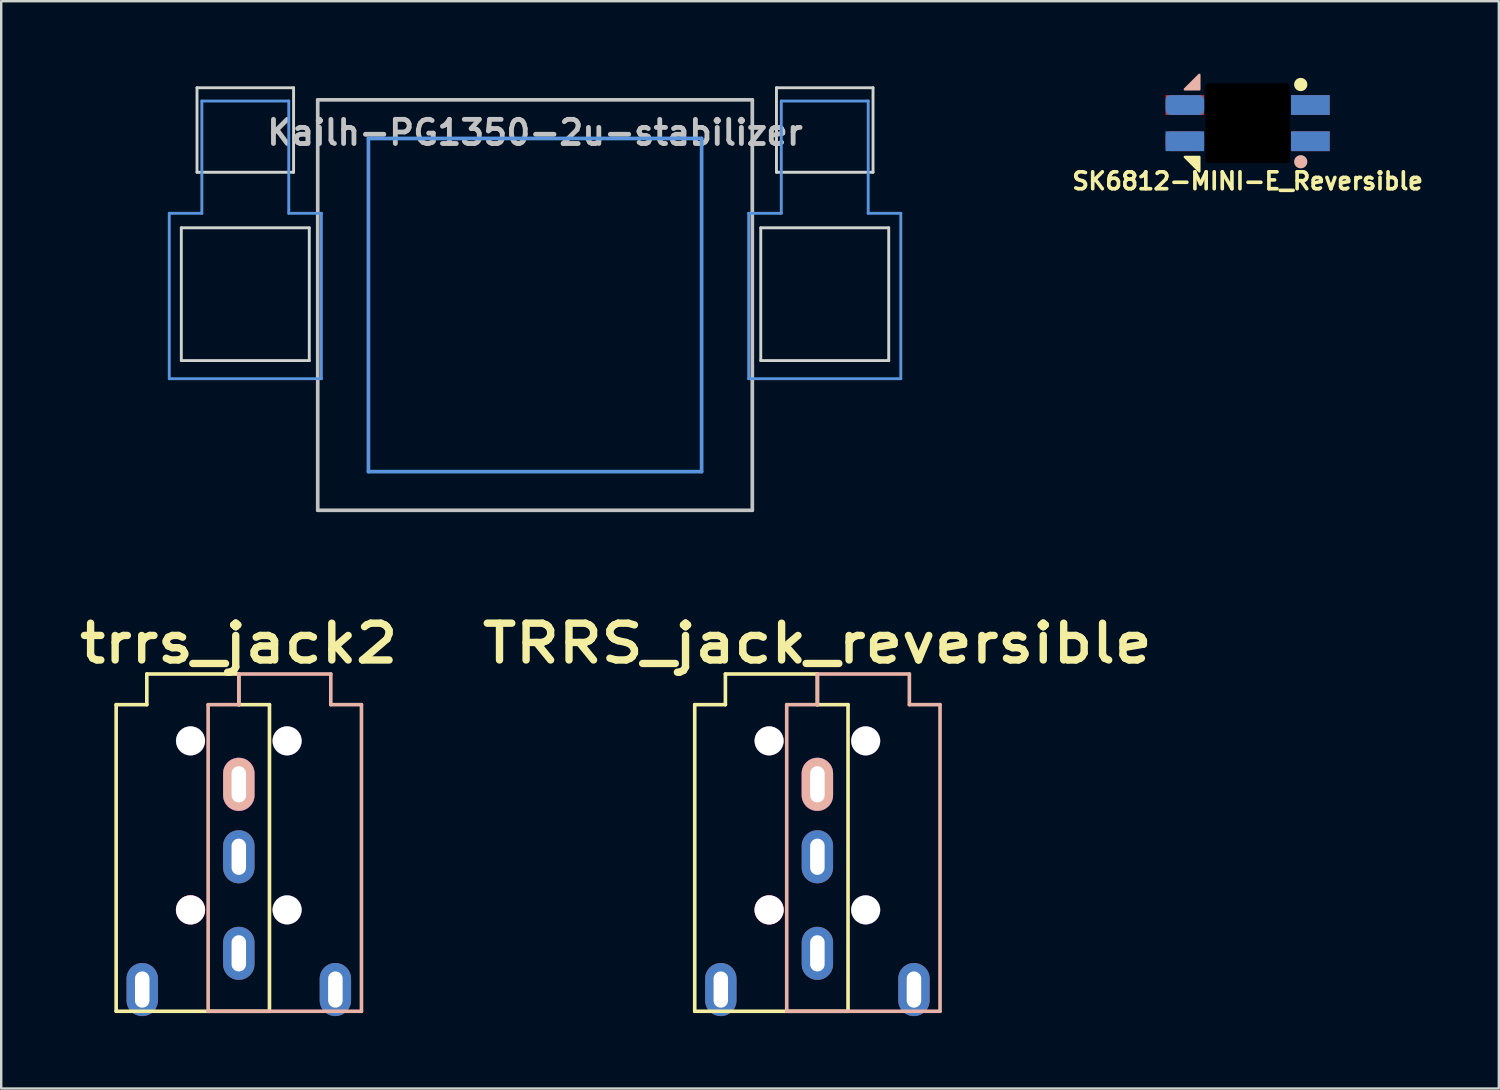
<source format=kicad_pcb>
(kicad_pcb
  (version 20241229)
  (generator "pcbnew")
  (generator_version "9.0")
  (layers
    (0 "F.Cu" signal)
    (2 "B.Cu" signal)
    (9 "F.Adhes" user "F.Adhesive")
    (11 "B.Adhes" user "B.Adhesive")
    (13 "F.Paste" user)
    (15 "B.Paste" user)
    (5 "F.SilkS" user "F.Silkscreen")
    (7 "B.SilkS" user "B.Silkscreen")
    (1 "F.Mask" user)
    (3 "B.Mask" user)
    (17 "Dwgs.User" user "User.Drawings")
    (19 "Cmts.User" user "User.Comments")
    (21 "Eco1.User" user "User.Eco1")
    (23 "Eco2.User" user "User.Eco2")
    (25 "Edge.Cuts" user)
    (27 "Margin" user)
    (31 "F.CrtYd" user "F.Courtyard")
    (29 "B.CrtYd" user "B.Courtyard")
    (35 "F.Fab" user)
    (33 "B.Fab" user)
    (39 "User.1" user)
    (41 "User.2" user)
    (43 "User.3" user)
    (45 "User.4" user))
  (footprint "trrs_jack2"
    (layer "F.Cu")
    (at 6.841 26.136)
    (property "Reference" "trrs_jack2" (at 0 -2.54 180) (layer "F.SilkS") (effects (font (size 1.524 1.778) (thickness 0.305))))
    (attr through_hole)
    (fp_line (start -5.08 0) (end -5.08 12.7) (stroke (width 0.15) (type solid)) (layer "F.SilkS"))
    (fp_line (start -5.08 12.7) (end 1.27 12.7) (stroke (width 0.15) (type solid)) (layer "F.SilkS"))
    (fp_line (start -3.81 -1.27) (end -3.81 0) (stroke (width 0.15) (type solid)) (layer "F.SilkS"))
    (fp_line (start -3.81 0) (end -5.08 0) (stroke (width 0.15) (type solid)) (layer "F.SilkS"))
    (fp_line (start 0 -1.27) (end -3.81 -1.27) (stroke (width 0.15) (type solid)) (layer "F.SilkS"))
    (fp_line (start 0 0) (end 0 -1.27) (stroke (width 0.15) (type solid)) (layer "F.SilkS"))
    (fp_line (start 1.27 0) (end 0 0) (stroke (width 0.15) (type solid)) (layer "F.SilkS"))
    (fp_line (start 1.27 12.7) (end 1.27 0) (stroke (width 0.15) (type solid)) (layer "F.SilkS"))
    (fp_line (start -1.27 0) (end -1.27 12.7) (stroke (width 0.15) (type solid)) (layer "B.SilkS"))
    (fp_line (start -1.27 12.7) (end 5.08 12.7) (stroke (width 0.15) (type solid)) (layer "B.SilkS"))
    (fp_line (start 0 -1.27) (end 0 0) (stroke (width 0.15) (type solid)) (layer "B.SilkS"))
    (fp_line (start 0 0) (end -1.27 0) (stroke (width 0.15) (type solid)) (layer "B.SilkS"))
    (fp_line (start 3.81 -1.27) (end 0 -1.27) (stroke (width 0.15) (type solid)) (layer "B.SilkS"))
    (fp_line (start 3.81 0) (end 3.81 -1.27) (stroke (width 0.15) (type solid)) (layer "B.SilkS"))
    (fp_line (start 5.08 0) (end 3.81 0) (stroke (width 0.15) (type solid)) (layer "B.SilkS"))
    (fp_line (start 5.08 12.7) (end 5.08 0) (stroke (width 0.15) (type solid)) (layer "B.SilkS"))
    (pad "" np_thru_hole circle (at -2 1.5 270) (size 1.21 1.21) (drill 1.2) (layers "*.Cu" "*.Mask"))
    (pad "" np_thru_hole circle (at -2 8.5 270) (size 1.21 1.21) (drill 1.2) (layers "*.Cu" "*.Adhes" "*.Paste" "*.Mask" "B.SilkS"))
    (pad "" np_thru_hole circle (at 2 1.5 270) (size 1.21 1.21) (drill 1.2) (layers "*.Cu" "*.Mask"))
    (pad "" np_thru_hole circle (at 2 8.5 270) (size 1.21 1.21) (drill 1.2) (layers "*.Cu" "*.Mask"))
    (pad "1" thru_hole oval (at 0 10.3 270) (size 2.2 1.3) (drill oval 1.5 0.6) (layers "*.Cu" "*.Mask"))
    (pad "2" thru_hole oval (at 0 3.3 270) (size 2.2 1.3) (drill oval 1.5 0.6) (layers "*.Cu" "*.Adhes" "*.Paste" "*.Mask" "B.SilkS"))
    (pad "3" thru_hole oval (at 0 6.3 270) (size 2.2 1.3) (drill oval 1.5 0.6) (layers "*.Cu" "*.Mask") (remove_unused_layers yes) (keep_end_layers yes) (zone_layer_connections))
    (pad "4" thru_hole oval (at -4 11.8 270) (size 2.2 1.3) (drill oval 1.5 0.6) (layers "*.Cu" "*.Mask"))
    (pad "5" thru_hole oval (at 4 11.8 270) (size 2.2 1.3) (drill oval 1.5 0.6) (layers "*.Cu" "*.Mask")))
  (footprint "Kailh-PG1350-2u-stabilizer"
    (layer "F.Cu")
    (at 19.11 9.585)
    (property "Reference" "Kailh-PG1350-2u-stabilizer" (at 0 -7.144 180) (layer "Dwgs.User") (effects (font (size 1 1) (thickness 0.2))))
    (attr through_hole)
    (fp_line (start -9 -8.5) (end 9 -8.5) (stroke (width 0.152) (type solid)) (layer "Dwgs.User"))
    (fp_line (start -9 8.5) (end -9 -8.5) (stroke (width 0.152) (type solid)) (layer "Dwgs.User"))
    (fp_line (start 9 -8.5) (end 9 8.5) (stroke (width 0.152) (type solid)) (layer "Dwgs.User"))
    (fp_line (start 9 8.5) (end -9 8.5) (stroke (width 0.152) (type solid)) (layer "Dwgs.User"))
    (fp_line (start -15.15 -3.8) (end -13.8 -3.8) (stroke (width 0.12) (type solid)) (layer "Cmts.User"))
    (fp_line (start -15.15 3.05) (end -15.15 -3.8) (stroke (width 0.12) (type solid)) (layer "Cmts.User"))
    (fp_line (start -15.15 3.05) (end -8.85 3.05) (stroke (width 0.12) (type solid)) (layer "Cmts.User"))
    (fp_line (start -13.8 -8.45) (end -13.8 -3.8) (stroke (width 0.12) (type solid)) (layer "Cmts.User"))
    (fp_line (start -13.8 -8.45) (end -10.2 -8.45) (stroke (width 0.12) (type solid)) (layer "Cmts.User"))
    (fp_line (start -10.2 -8.45) (end -10.2 -3.8) (stroke (width 0.12) (type solid)) (layer "Cmts.User"))
    (fp_line (start -10.2 -3.8) (end -8.85 -3.8) (stroke (width 0.12) (type solid)) (layer "Cmts.User"))
    (fp_line (start -8.85 3.05) (end -8.85 -3.8) (stroke (width 0.12) (type solid)) (layer "Cmts.User"))
    (fp_line (start -6.9 -6.9) (end 6.9 -6.9) (stroke (width 0.152) (type solid)) (layer "Cmts.User"))
    (fp_line (start -6.9 6.9) (end -6.9 -6.9) (stroke (width 0.152) (type solid)) (layer "Cmts.User"))
    (fp_line (start 6.9 -6.9) (end 6.9 6.9) (stroke (width 0.152) (type solid)) (layer "Cmts.User"))
    (fp_line (start 6.9 6.9) (end -6.9 6.9) (stroke (width 0.152) (type solid)) (layer "Cmts.User"))
    (fp_line (start 8.85 -3.8) (end 10.2 -3.8) (stroke (width 0.12) (type solid)) (layer "Cmts.User"))
    (fp_line (start 8.85 3.05) (end 8.85 -3.8) (stroke (width 0.12) (type solid)) (layer "Cmts.User"))
    (fp_line (start 8.85 3.05) (end 15.15 3.05) (stroke (width 0.12) (type solid)) (layer "Cmts.User"))
    (fp_line (start 10.2 -8.45) (end 10.2 -3.8) (stroke (width 0.12) (type solid)) (layer "Cmts.User"))
    (fp_line (start 10.2 -8.45) (end 13.8 -8.45) (stroke (width 0.12) (type solid)) (layer "Cmts.User"))
    (fp_line (start 13.8 -8.45) (end 13.8 -3.8) (stroke (width 0.12) (type solid)) (layer "Cmts.User"))
    (fp_line (start 13.8 -3.8) (end 15.15 -3.8) (stroke (width 0.12) (type solid)) (layer "Cmts.User"))
    (fp_line (start 15.15 3.05) (end 15.15 -3.8) (stroke (width 0.12) (type solid)) (layer "Cmts.User"))
    (fp_line (start -19.05 -9.525) (end -19.05 9.525) (stroke (width 0.12) (type solid)) (layer "Eco1.User"))
    (fp_line (start -19.05 -9.525) (end 19.05 -9.525) (stroke (width 0.12) (type solid)) (layer "Eco1.User"))
    (fp_line (start -19.05 9.525) (end 19.05 9.525) (stroke (width 0.12) (type solid)) (layer "Eco1.User"))
    (fp_line (start 19.05 -9.525) (end 19.05 9.525) (stroke (width 0.12) (type solid)) (layer "Eco1.User"))
    (fp_line (start -7.5 -7.5) (end 7.5 -7.5) (stroke (width 0.152) (type solid)) (layer "Eco2.User"))
    (fp_line (start -7.5 7.5) (end -7.5 -7.5) (stroke (width 0.152) (type solid)) (layer "Eco2.User"))
    (fp_line (start 7.5 -7.5) (end 7.5 7.5) (stroke (width 0.152) (type solid)) (layer "Eco2.User"))
    (fp_line (start 7.5 7.5) (end -7.5 7.5) (stroke (width 0.152) (type solid)) (layer "Eco2.User"))
    (fp_line (start -14.65 -3.2) (end -14.65 2.3) (stroke (width 0.12) (type solid)) (layer "Edge.Cuts"))
    (fp_line (start -14.65 -3.2) (end -9.35 -3.2) (stroke (width 0.12) (type solid)) (layer "Edge.Cuts"))
    (fp_line (start -14.65 2.3) (end -9.35 2.3) (stroke (width 0.12) (type solid)) (layer "Edge.Cuts"))
    (fp_line (start -14 -9) (end -14 -5.5) (stroke (width 0.12) (type solid)) (layer "Edge.Cuts"))
    (fp_line (start -14 -9) (end -10 -9) (stroke (width 0.12) (type solid)) (layer "Edge.Cuts"))
    (fp_line (start -14 -5.5) (end -10 -5.5) (stroke (width 0.12) (type solid)) (layer "Edge.Cuts"))
    (fp_line (start -10 -5.5) (end -10 -9) (stroke (width 0.12) (type solid)) (layer "Edge.Cuts"))
    (fp_line (start -9.35 2.3) (end -9.35 -3.2) (stroke (width 0.12) (type solid)) (layer "Edge.Cuts"))
    (fp_line (start 9.35 -3.2) (end 9.35 2.3) (stroke (width 0.12) (type solid)) (layer "Edge.Cuts"))
    (fp_line (start 9.35 -3.2) (end 14.65 -3.2) (stroke (width 0.12) (type solid)) (layer "Edge.Cuts"))
    (fp_line (start 9.35 2.3) (end 14.65 2.3) (stroke (width 0.12) (type solid)) (layer "Edge.Cuts"))
    (fp_line (start 10 -9) (end 10 -5.5) (stroke (width 0.12) (type solid)) (layer "Edge.Cuts"))
    (fp_line (start 10 -9) (end 14 -9) (stroke (width 0.12) (type solid)) (layer "Edge.Cuts"))
    (fp_line (start 10 -5.5) (end 14 -5.5) (stroke (width 0.12) (type solid)) (layer "Edge.Cuts"))
    (fp_line (start 14 -5.5) (end 14 -9) (stroke (width 0.12) (type solid)) (layer "Edge.Cuts"))
    (fp_line (start 14.65 2.3) (end 14.65 -3.2) (stroke (width 0.12) (type solid)) (layer "Edge.Cuts")))
  (footprint "TRRS_jack_reversible"
    (layer "F.Cu")
    (at 30.805 26.136)
    (property "Reference" "TRRS_jack_reversible" (at 0 -2.54 180) (layer "F.SilkS") (effects (font (size 1.524 1.778) (thickness 0.305))))
    (attr through_hole)
    (fp_line (start -5.08 0) (end -5.08 12.7) (stroke (width 0.15) (type solid)) (layer "F.SilkS"))
    (fp_line (start -5.08 12.7) (end 1.27 12.7) (stroke (width 0.15) (type solid)) (layer "F.SilkS"))
    (fp_line (start -3.81 -1.27) (end -3.81 0) (stroke (width 0.15) (type solid)) (layer "F.SilkS"))
    (fp_line (start -3.81 0) (end -5.08 0) (stroke (width 0.15) (type solid)) (layer "F.SilkS"))
    (fp_line (start 0 -1.27) (end -3.81 -1.27) (stroke (width 0.15) (type solid)) (layer "F.SilkS"))
    (fp_line (start 0 0) (end 0 -1.27) (stroke (width 0.15) (type solid)) (layer "F.SilkS"))
    (fp_line (start 1.27 0) (end 0 0) (stroke (width 0.15) (type solid)) (layer "F.SilkS"))
    (fp_line (start 1.27 12.7) (end 1.27 0) (stroke (width 0.15) (type solid)) (layer "F.SilkS"))
    (fp_line (start -1.27 0) (end -1.27 12.7) (stroke (width 0.15) (type solid)) (layer "B.SilkS"))
    (fp_line (start -1.27 12.7) (end 5.08 12.7) (stroke (width 0.15) (type solid)) (layer "B.SilkS"))
    (fp_line (start 0 -1.27) (end 0 0) (stroke (width 0.15) (type solid)) (layer "B.SilkS"))
    (fp_line (start 0 0) (end -1.27 0) (stroke (width 0.15) (type solid)) (layer "B.SilkS"))
    (fp_line (start 3.81 -1.27) (end 0 -1.27) (stroke (width 0.15) (type solid)) (layer "B.SilkS"))
    (fp_line (start 3.81 0) (end 3.81 -1.27) (stroke (width 0.15) (type solid)) (layer "B.SilkS"))
    (fp_line (start 5.08 0) (end 3.81 0) (stroke (width 0.15) (type solid)) (layer "B.SilkS"))
    (fp_line (start 5.08 12.7) (end 5.08 0) (stroke (width 0.15) (type solid)) (layer "B.SilkS"))
    (pad "" np_thru_hole circle (at -2 1.5 270) (size 1.21 1.21) (drill 1.2) (layers "*.Cu" "*.Mask"))
    (pad "" np_thru_hole circle (at -2 8.5 270) (size 1.21 1.21) (drill 1.2) (layers "*.Cu" "*.Adhes" "*.Paste" "*.Mask" "B.SilkS"))
    (pad "" np_thru_hole circle (at 2 1.5 270) (size 1.21 1.21) (drill 1.2) (layers "*.Cu" "*.Mask"))
    (pad "" np_thru_hole circle (at 2 8.5 270) (size 1.21 1.21) (drill 1.2) (layers "*.Cu" "*.Mask"))
    (pad "1" thru_hole oval (at 0 10.3 270) (size 2.2 1.3) (drill oval 1.5 0.6) (layers "*.Cu" "*.Mask"))
    (pad "2" thru_hole oval (at 0 3.3 270) (size 2.2 1.3) (drill oval 1.5 0.6) (layers "*.Cu" "*.Adhes" "*.Paste" "*.Mask" "B.SilkS"))
    (pad "3" thru_hole oval (at 0 6.3 270) (size 2.2 1.3) (drill oval 1.5 0.6) (layers "*.Cu" "*.Mask") (remove_unused_layers yes) (keep_end_layers yes) (zone_layer_connections))
    (pad "4" thru_hole oval (at -4 11.8 270) (size 2.2 1.3) (drill oval 1.5 0.6) (layers "*.Cu" "*.Mask"))
    (pad "5" thru_hole oval (at 4 11.8 270) (size 2.2 1.3) (drill oval 1.5 0.6) (layers "*.Cu" "*.Mask")))
  (footprint "SK6812-MINI-E_Reversible"
    (layer "F.Cu")
    (at 48.625 2.05)
    (property "Reference" "SK6812-MINI-E_Reversible" (at 0 2.4 0) (unlocked yes) (layer "F.SilkS") (effects (font (size 0.7 0.7) (thickness 0.15))))
    (attr through_hole)
    (fp_circle (center 2.2 -1.6) (end 1.976 -1.6) (stroke (width 0.1) (type solid)) (fill yes) (layer "F.SilkS"))
    (fp_poly (pts (xy -2.6 1.4) (xy -2 1.4) (xy -2 2)) (stroke (width 0.1) (type solid)) (fill yes) (layer "F.SilkS"))
    (fp_circle (center 2.2 1.6) (end 1.976 1.6) (stroke (width 0.1) (type solid)) (fill yes) (layer "B.SilkS"))
    (fp_poly (pts (xy -2.6 -1.4) (xy -2 -1.4) (xy -2 -2)) (stroke (width 0.1) (type solid)) (fill yes) (layer "B.SilkS"))
    (fp_line (start -1.6 -1.4) (end -1.6 1.4) (stroke (width 0.12) (type solid)) (layer "Cmts.User"))
    (fp_line (start -1.6 -1.4) (end 1.6 -1.4) (stroke (width 0.12) (type solid)) (layer "Cmts.User"))
    (fp_line (start -1.6 1.4) (end -1.6 -1.4) (stroke (width 0.12) (type solid)) (layer "Cmts.User"))
    (fp_line (start -1.6 1.4) (end 1.6 1.4) (stroke (width 0.12) (type solid)) (layer "Cmts.User"))
    (fp_line (start 1.6 -1.4) (end -1.6 -1.4) (stroke (width 0.12) (type solid)) (layer "Cmts.User"))
    (fp_line (start 1.6 -1.4) (end 1.6 1.4) (stroke (width 0.12) (type solid)) (layer "Cmts.User"))
    (fp_line (start 1.6 1.4) (end -1.6 1.4) (stroke (width 0.12) (type solid)) (layer "Cmts.User"))
    (fp_line (start 1.6 1.4) (end 1.6 -1.4) (stroke (width 0.12) (type solid)) (layer "Cmts.User"))
    (pad "" np_thru_hole oval (at -1.6 0 180) (size 0.3 3.3) (drill oval 0.3 3.3) (layers "*.Mask"))
    (pad "" np_thru_hole oval (at -1.325 0 180) (size 0.5 3.2) (drill oval 0.5 3.2) (layers "*.Mask"))
    (pad "" np_thru_hole oval (at -0.7 0 180) (size 1.5 3.2) (drill oval 1.5 3.2) (layers "*.Mask"))
    (pad "" np_thru_hole oval (at 0 -1.5 180) (size 3.5 0.3) (drill oval 3.5 0.3) (layers "*.Mask"))
    (pad "" np_thru_hole oval (at 0 0 180) (size 1.5 3.2) (drill oval 1.5 3.2) (layers "*.Mask"))
    (pad "" np_thru_hole oval (at 0 1.5 180) (size 3.5 0.3) (drill oval 3.5 0.3) (layers "*.Mask"))
    (pad "" np_thru_hole oval (at 0.7 0 180) (size 1.5 3.2) (drill oval 1.5 3.2) (layers "*.Mask"))
    (pad "" np_thru_hole oval (at 1.325 0 180) (size 0.5 3.2) (drill oval 0.5 3.2) (layers "*.Mask"))
    (pad "" np_thru_hole oval (at 1.6 0 180) (size 0.3 3.3) (drill oval 0.3 3.3) (layers "*.Mask"))
    (pad "1" smd rect (at 2.6 -0.75 180) (size 1.6 0.82) (layers "F.Cu" "F.Mask" "F.Paste"))
    (pad "1" smd rect (at 2.6 0.75 180) (size 1.6 0.82) (layers "B.Cu" "B.Mask" "B.Paste"))
    (pad "2" smd rect (at 2.6 -0.75 180) (size 1.6 0.82) (layers "B.Cu" "B.Mask" "B.Paste"))
    (pad "2" smd rect (at 2.6 0.75 180) (size 1.6 0.82) (layers "F.Cu" "F.Mask" "F.Paste"))
    (pad "3" smd roundrect (at -2.6 -0.75 180) (size 1.6 0.82) (layers "B.Cu" "B.Mask" "B.Paste") (roundrect_rratio 0.25))
    (pad "3" smd roundrect (at -2.6 0.75 180) (size 1.6 0.82) (layers "F.Cu" "F.Mask" "F.Paste") (roundrect_rratio 0.25))
    (pad "4" smd rect (at -2.6 -0.75 180) (size 1.6 0.82) (layers "F.Cu" "F.Mask" "F.Paste"))
    (pad "4" smd rect (at -2.6 0.75 180) (size 1.6 0.82) (layers "B.Cu" "B.Mask" "B.Paste")))
  (gr_rect
    (start -3 -3)
    (end 59.03 42.036)
    (stroke (width 0.1) (type default))
    (fill no)
    (layer "Edge.Cuts")))
</source>
